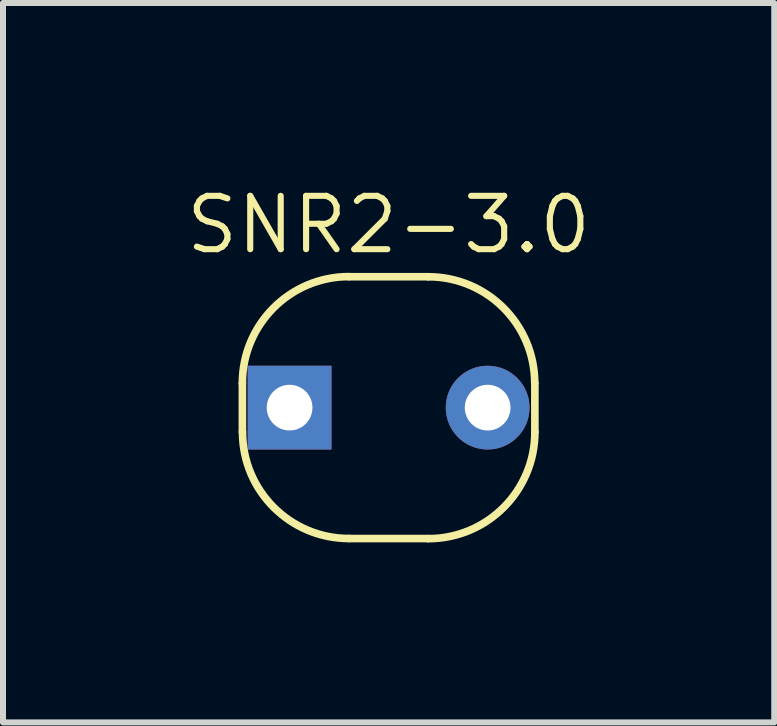
<source format=kicad_pcb>
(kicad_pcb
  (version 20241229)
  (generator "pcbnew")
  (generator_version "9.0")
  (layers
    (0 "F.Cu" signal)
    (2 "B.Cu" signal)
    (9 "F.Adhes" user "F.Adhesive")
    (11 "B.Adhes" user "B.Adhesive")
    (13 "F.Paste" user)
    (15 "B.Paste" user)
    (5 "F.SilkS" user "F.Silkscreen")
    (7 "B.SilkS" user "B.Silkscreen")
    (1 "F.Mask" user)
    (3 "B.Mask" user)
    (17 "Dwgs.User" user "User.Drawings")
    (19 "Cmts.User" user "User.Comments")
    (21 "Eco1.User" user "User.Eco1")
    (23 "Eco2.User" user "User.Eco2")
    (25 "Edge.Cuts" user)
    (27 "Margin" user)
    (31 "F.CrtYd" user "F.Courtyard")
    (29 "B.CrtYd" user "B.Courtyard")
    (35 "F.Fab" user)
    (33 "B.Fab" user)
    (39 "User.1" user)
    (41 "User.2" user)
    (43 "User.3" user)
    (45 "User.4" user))
  (footprint "SNR2-3.0"
    (layer "F.Cu")
    (at 3.429 3.746)
    (property "Reference" "SNR2-3.0" (at 0 -3.048 0) (layer "F.SilkS") (effects (font (size 0.889 0.889) (thickness 0.102))))
    (attr exclude_from_pos_files exclude_from_bom)
    (fp_line (start -2.438 0.406) (end -2.438 -0.406) (stroke (width 0.127) (type solid)) (layer "F.SilkS"))
    (fp_line (start -0.66 -2.182) (end 0.66 -2.182) (stroke (width 0.127) (type solid)) (layer "F.SilkS"))
    (fp_line (start 0.66 2.182) (end -0.66 2.182) (stroke (width 0.127) (type solid)) (layer "F.SilkS"))
    (fp_line (start 2.438 -0.406) (end 2.438 0.406) (stroke (width 0.127) (type solid)) (layer "F.SilkS"))
    (fp_arc (start -2.4384 -0.4064) (mid -1.917636 -1.663636) (end -0.6604 -2.1844) (stroke (width 0.127) (type solid)) (layer "F.SilkS"))
    (fp_arc (start -0.6604 2.18186) (mid -1.91584 1.66184) (end -2.43586 0.4064) (stroke (width 0.127) (type solid)) (layer "F.SilkS"))
    (fp_arc (start 0.6604 -2.18186) (mid 1.91584 -1.66184) (end 2.43586 -0.4064) (stroke (width 0.127) (type solid)) (layer "F.SilkS"))
    (fp_arc (start 2.4384 0.4064) (mid 1.917636 1.663636) (end 0.6604 2.1844) (stroke (width 0.127) (type solid)) (layer "F.SilkS"))
    (pad "1" thru_hole rect (at -1.651 0) (size 1.397 1.397) (drill 0.762) (layers "*.Cu" "*.Mask"))
    (pad "2" thru_hole circle (at 1.651 0) (size 1.397 1.397) (drill 0.762) (layers "*.Cu" "*.Mask")))
  (gr_rect
    (start -3 -3)
    (end 9.858 8.994)
    (stroke (width 0.1) (type default))
    (fill no)
    (layer "Edge.Cuts")))
</source>
